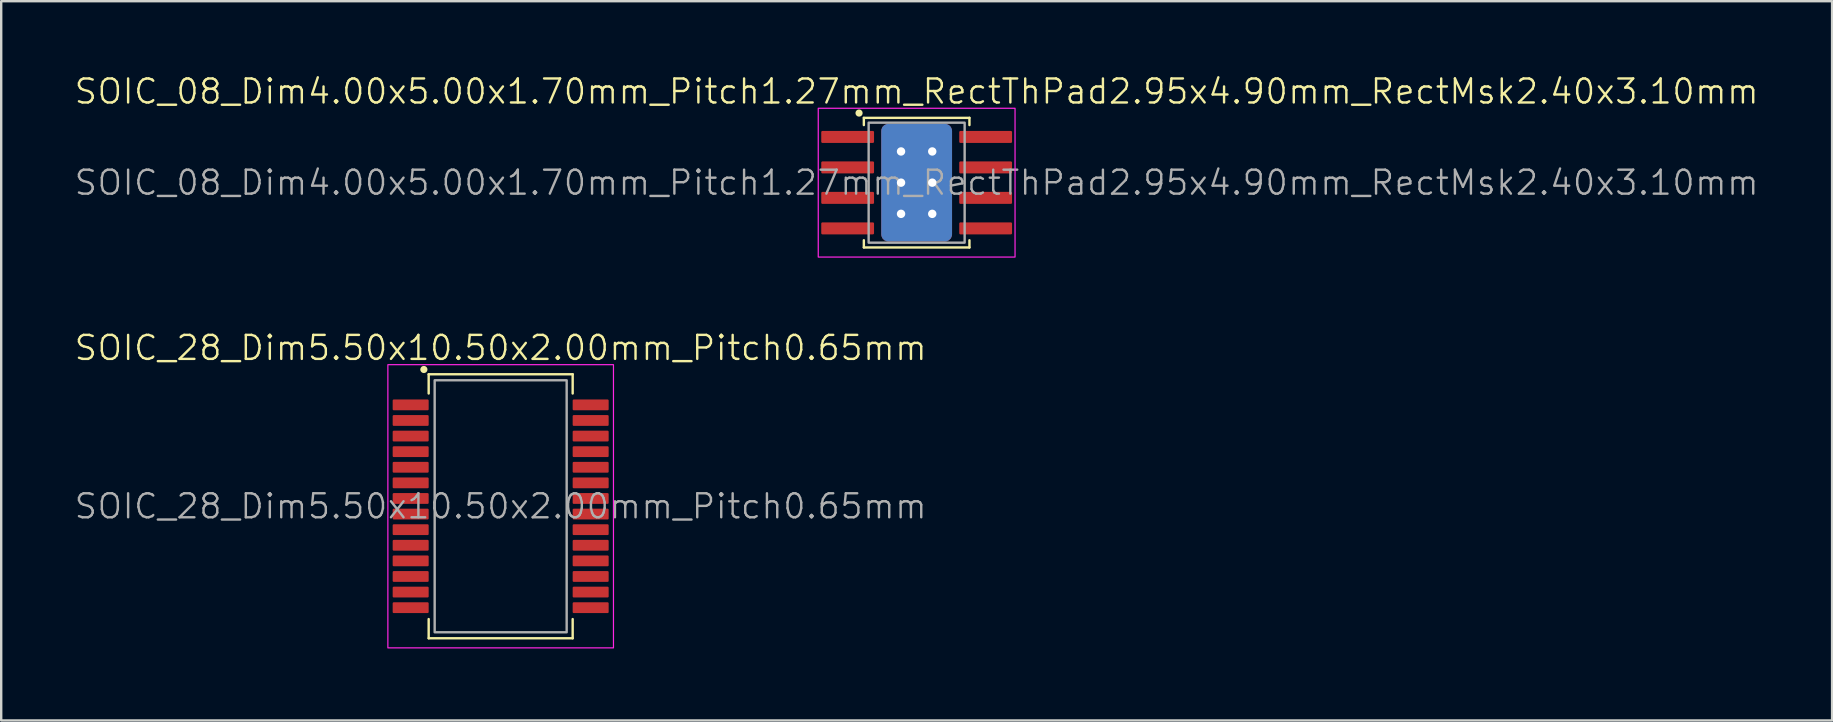
<source format=kicad_pcb>
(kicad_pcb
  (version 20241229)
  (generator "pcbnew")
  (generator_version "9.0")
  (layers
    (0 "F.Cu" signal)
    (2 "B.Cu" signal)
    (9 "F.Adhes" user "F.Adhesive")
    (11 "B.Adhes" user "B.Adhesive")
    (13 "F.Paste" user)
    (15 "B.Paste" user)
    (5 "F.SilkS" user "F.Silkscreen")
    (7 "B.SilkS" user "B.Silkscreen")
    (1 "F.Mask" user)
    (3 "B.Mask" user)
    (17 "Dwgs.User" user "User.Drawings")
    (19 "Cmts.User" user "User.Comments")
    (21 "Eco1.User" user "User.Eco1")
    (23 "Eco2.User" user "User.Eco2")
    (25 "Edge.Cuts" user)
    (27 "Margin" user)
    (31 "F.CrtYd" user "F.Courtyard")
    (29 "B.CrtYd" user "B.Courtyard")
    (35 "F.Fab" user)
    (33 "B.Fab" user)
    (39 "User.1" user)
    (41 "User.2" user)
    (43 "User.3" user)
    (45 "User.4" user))
  (footprint "SOIC_08_Dim4.00x5.00x1.70mm_Pitch1.27mm_RectThPad2.95x4.90mm_RectMsk2.40x3.10mm"
    (layer "F.Cu")
    (at 35.145 4.561)
    (property "Reference" "SOIC_08_Dim4.00x5.00x1.70mm_Pitch1.27mm_RectThPad2.95x4.90mm_RectMsk2.40x3.10mm" (at 0 -3.8 0) (unlocked yes) (layer "F.SilkS") (effects (font (size 1 1) (thickness 0.1))))
    (attr smd)
    (fp_line (start -2.2 -2.7) (end -2.2 -2.4) (stroke (width 0.1) (type default)) (layer "F.SilkS"))
    (fp_line (start -2.2 2.4) (end -2.2 2.7) (stroke (width 0.1) (type default)) (layer "F.SilkS"))
    (fp_line (start -2.2 2.7) (end 2.2 2.7) (stroke (width 0.1) (type default)) (layer "F.SilkS"))
    (fp_line (start 2.2 -2.7) (end -2.2 -2.7) (stroke (width 0.1) (type default)) (layer "F.SilkS"))
    (fp_line (start 2.2 -2.4) (end 2.2 -2.7) (stroke (width 0.1) (type default)) (layer "F.SilkS"))
    (fp_line (start 2.2 2.7) (end 2.2 2.4) (stroke (width 0.1) (type default)) (layer "F.SilkS"))
    (fp_circle (center -2.4 -2.9) (end -2.3 -2.9) (stroke (width 0.1) (type solid)) (fill yes) (layer "F.SilkS"))
    (fp_rect (start -4.1 -3.1) (end 4.1 3.1) (stroke (width 0.05) (type default)) (fill no) (layer "F.CrtYd"))
    (fp_rect (start -2 -2.5) (end 2 2.5) (stroke (width 0.1) (type default)) (fill no) (layer "F.Fab"))
    (fp_text user "${REFERENCE}" (at 0 0 0) (unlocked yes) (layer "F.Fab") (effects (font (size 1 1) (thickness 0.1))))
    (pad "" smd roundrect (at 0 -0.65) (size 2 0.75) (layers "F.Paste") (roundrect_rratio 0.1))
    (pad "" smd roundrect (at 0 0) (size 2.4 3.1) (layers "F.Mask") (roundrect_rratio 0.1))
    (pad "" smd roundrect (at 0 0.65) (size 2 0.75) (layers "F.Paste") (roundrect_rratio 0.1))
    (pad "1" smd roundrect (at -2.875 -1.905) (size 2.2 0.5) (layers "F.Cu" "F.Mask" "F.Paste") (roundrect_rratio 0.1))
    (pad "2" smd roundrect (at -2.875 -0.635) (size 2.2 0.5) (layers "F.Cu" "F.Mask" "F.Paste") (roundrect_rratio 0.1))
    (pad "3" smd roundrect (at -2.875 0.635) (size 2.2 0.5) (layers "F.Cu" "F.Mask" "F.Paste") (roundrect_rratio 0.1))
    (pad "4" smd roundrect (at -2.875 1.905) (size 2.2 0.5) (layers "F.Cu" "F.Mask" "F.Paste") (roundrect_rratio 0.1))
    (pad "5" smd roundrect (at 2.875 1.905) (size 2.2 0.5) (layers "F.Cu" "F.Mask" "F.Paste") (roundrect_rratio 0.1))
    (pad "6" smd roundrect (at 2.875 0.635) (size 2.2 0.5) (layers "F.Cu" "F.Mask" "F.Paste") (roundrect_rratio 0.1))
    (pad "7" smd roundrect (at 2.875 -0.635) (size 2.2 0.5) (layers "F.Cu" "F.Mask" "F.Paste") (roundrect_rratio 0.1))
    (pad "8" smd roundrect (at 2.875 -1.905) (size 2.2 0.5) (layers "F.Cu" "F.Mask" "F.Paste") (roundrect_rratio 0.1))
    (pad "9" thru_hole circle (at -0.65 -1.3) (size 0.8 0.8) (drill 0.35) (layers "*.Cu"))
    (pad "9" thru_hole circle (at -0.65 0) (size 0.8 0.8) (drill 0.35) (layers "*.Cu"))
    (pad "9" thru_hole circle (at -0.65 1.3 90) (size 0.8 0.8) (drill 0.35) (layers "*.Cu"))
    (pad "9" smd roundrect (at 0 0) (size 2.95 4.9) (layers "F.Cu") (roundrect_rratio 0.1))
    (pad "9" smd roundrect (at 0 0) (size 2.95 4.9) (layers "B.Cu") (roundrect_rratio 0.1))
    (pad "9" thru_hole circle (at 0.65 -1.3) (size 0.8 0.8) (drill 0.35) (layers "*.Cu"))
    (pad "9" thru_hole circle (at 0.65 0) (size 0.8 0.8) (drill 0.35) (layers "*.Cu"))
    (pad "9" thru_hole circle (at 0.65 1.3) (size 0.8 0.8) (drill 0.35) (layers "*.Cu")))
  (footprint "SOIC_28_Dim5.50x10.50x2.00mm_Pitch0.65mm"
    (layer "F.Cu")
    (at 17.812 18.046)
    (property "Reference" "SOIC_28_Dim5.50x10.50x2.00mm_Pitch0.65mm" (at 0 -6.6 0) (unlocked yes) (layer "F.SilkS") (effects (font (size 1 1) (thickness 0.1))))
    (attr smd)
    (fp_line (start -3 -5.5) (end -3 -4.7) (stroke (width 0.1) (type default)) (layer "F.SilkS"))
    (fp_line (start -3 4.7) (end -3 5.5) (stroke (width 0.1) (type default)) (layer "F.SilkS"))
    (fp_line (start -3 5.5) (end 3 5.5) (stroke (width 0.1) (type default)) (layer "F.SilkS"))
    (fp_line (start 3 -5.5) (end -3 -5.5) (stroke (width 0.1) (type default)) (layer "F.SilkS"))
    (fp_line (start 3 -4.7) (end 3 -5.5) (stroke (width 0.1) (type default)) (layer "F.SilkS"))
    (fp_line (start 3 5.5) (end 3 4.7) (stroke (width 0.1) (type default)) (layer "F.SilkS"))
    (fp_circle (center -3.2 -5.7) (end -3.1 -5.7) (stroke (width 0.1) (type solid)) (fill yes) (layer "F.SilkS"))
    (fp_rect (start -4.7 -5.9) (end 4.7 5.9) (stroke (width 0.05) (type default)) (fill no) (layer "F.CrtYd"))
    (fp_rect (start -2.75 -5.25) (end 2.75 5.25) (stroke (width 0.1) (type default)) (fill no) (layer "F.Fab"))
    (fp_text user "${REFERENCE}" (at 0 0 0) (unlocked yes) (layer "F.Fab") (effects (font (size 1 1) (thickness 0.1))))
    (pad "1" smd roundrect (at -3.75 -4.225) (size 1.5 0.45) (layers "F.Cu" "F.Mask" "F.Paste") (roundrect_rratio 0.1))
    (pad "2" smd roundrect (at -3.75 -3.575) (size 1.5 0.45) (layers "F.Cu" "F.Mask" "F.Paste") (roundrect_rratio 0.1))
    (pad "3" smd roundrect (at -3.75 -2.925) (size 1.5 0.45) (layers "F.Cu" "F.Mask" "F.Paste") (roundrect_rratio 0.1))
    (pad "4" smd roundrect (at -3.75 -2.275) (size 1.5 0.45) (layers "F.Cu" "F.Mask" "F.Paste") (roundrect_rratio 0.1))
    (pad "5" smd roundrect (at -3.75 -1.625) (size 1.5 0.45) (layers "F.Cu" "F.Mask" "F.Paste") (roundrect_rratio 0.1))
    (pad "6" smd roundrect (at -3.75 -0.975) (size 1.5 0.45) (layers "F.Cu" "F.Mask" "F.Paste") (roundrect_rratio 0.1))
    (pad "7" smd roundrect (at -3.75 -0.325) (size 1.5 0.45) (layers "F.Cu" "F.Mask" "F.Paste") (roundrect_rratio 0.1))
    (pad "8" smd roundrect (at -3.75 0.325) (size 1.5 0.45) (layers "F.Cu" "F.Mask" "F.Paste") (roundrect_rratio 0.1))
    (pad "9" smd roundrect (at -3.75 0.975) (size 1.5 0.45) (layers "F.Cu" "F.Mask" "F.Paste") (roundrect_rratio 0.1))
    (pad "10" smd roundrect (at -3.75 1.625) (size 1.5 0.45) (layers "F.Cu" "F.Mask" "F.Paste") (roundrect_rratio 0.1))
    (pad "11" smd roundrect (at -3.75 2.275) (size 1.5 0.45) (layers "F.Cu" "F.Mask" "F.Paste") (roundrect_rratio 0.1))
    (pad "12" smd roundrect (at -3.75 2.925) (size 1.5 0.45) (layers "F.Cu" "F.Mask" "F.Paste") (roundrect_rratio 0.1))
    (pad "13" smd roundrect (at -3.75 3.575) (size 1.5 0.45) (layers "F.Cu" "F.Mask" "F.Paste") (roundrect_rratio 0.1))
    (pad "14" smd roundrect (at -3.75 4.225) (size 1.5 0.45) (layers "F.Cu" "F.Mask" "F.Paste") (roundrect_rratio 0.1))
    (pad "15" smd roundrect (at 3.75 4.225) (size 1.5 0.45) (layers "F.Cu" "F.Mask" "F.Paste") (roundrect_rratio 0.1))
    (pad "16" smd roundrect (at 3.75 3.575) (size 1.5 0.45) (layers "F.Cu" "F.Mask" "F.Paste") (roundrect_rratio 0.1))
    (pad "17" smd roundrect (at 3.75 2.925) (size 1.5 0.45) (layers "F.Cu" "F.Mask" "F.Paste") (roundrect_rratio 0.1))
    (pad "18" smd roundrect (at 3.75 2.275) (size 1.5 0.45) (layers "F.Cu" "F.Mask" "F.Paste") (roundrect_rratio 0.1))
    (pad "19" smd roundrect (at 3.75 1.625) (size 1.5 0.45) (layers "F.Cu" "F.Mask" "F.Paste") (roundrect_rratio 0.1))
    (pad "20" smd roundrect (at 3.75 0.975) (size 1.5 0.45) (layers "F.Cu" "F.Mask" "F.Paste") (roundrect_rratio 0.1))
    (pad "21" smd roundrect (at 3.75 0.325) (size 1.5 0.45) (layers "F.Cu" "F.Mask" "F.Paste") (roundrect_rratio 0.1))
    (pad "22" smd roundrect (at 3.75 -0.325) (size 1.5 0.45) (layers "F.Cu" "F.Mask" "F.Paste") (roundrect_rratio 0.1))
    (pad "23" smd roundrect (at 3.75 -0.975) (size 1.5 0.45) (layers "F.Cu" "F.Mask" "F.Paste") (roundrect_rratio 0.1))
    (pad "24" smd roundrect (at 3.75 -1.625) (size 1.5 0.45) (layers "F.Cu" "F.Mask" "F.Paste") (roundrect_rratio 0.1))
    (pad "25" smd roundrect (at 3.75 -2.275) (size 1.5 0.45) (layers "F.Cu" "F.Mask" "F.Paste") (roundrect_rratio 0.1))
    (pad "26" smd roundrect (at 3.75 -2.925) (size 1.5 0.45) (layers "F.Cu" "F.Mask" "F.Paste") (roundrect_rratio 0.1))
    (pad "27" smd roundrect (at 3.75 -3.575) (size 1.5 0.45) (layers "F.Cu" "F.Mask" "F.Paste") (roundrect_rratio 0.1))
    (pad "28" smd roundrect (at 3.75 -4.225) (size 1.5 0.45) (layers "F.Cu" "F.Mask" "F.Paste") (roundrect_rratio 0.1)))
  (gr_rect
    (start -3 -3)
    (end 73.29 26.971)
    (stroke (width 0.1) (type default))
    (fill no)
    (layer "Edge.Cuts")))
</source>
